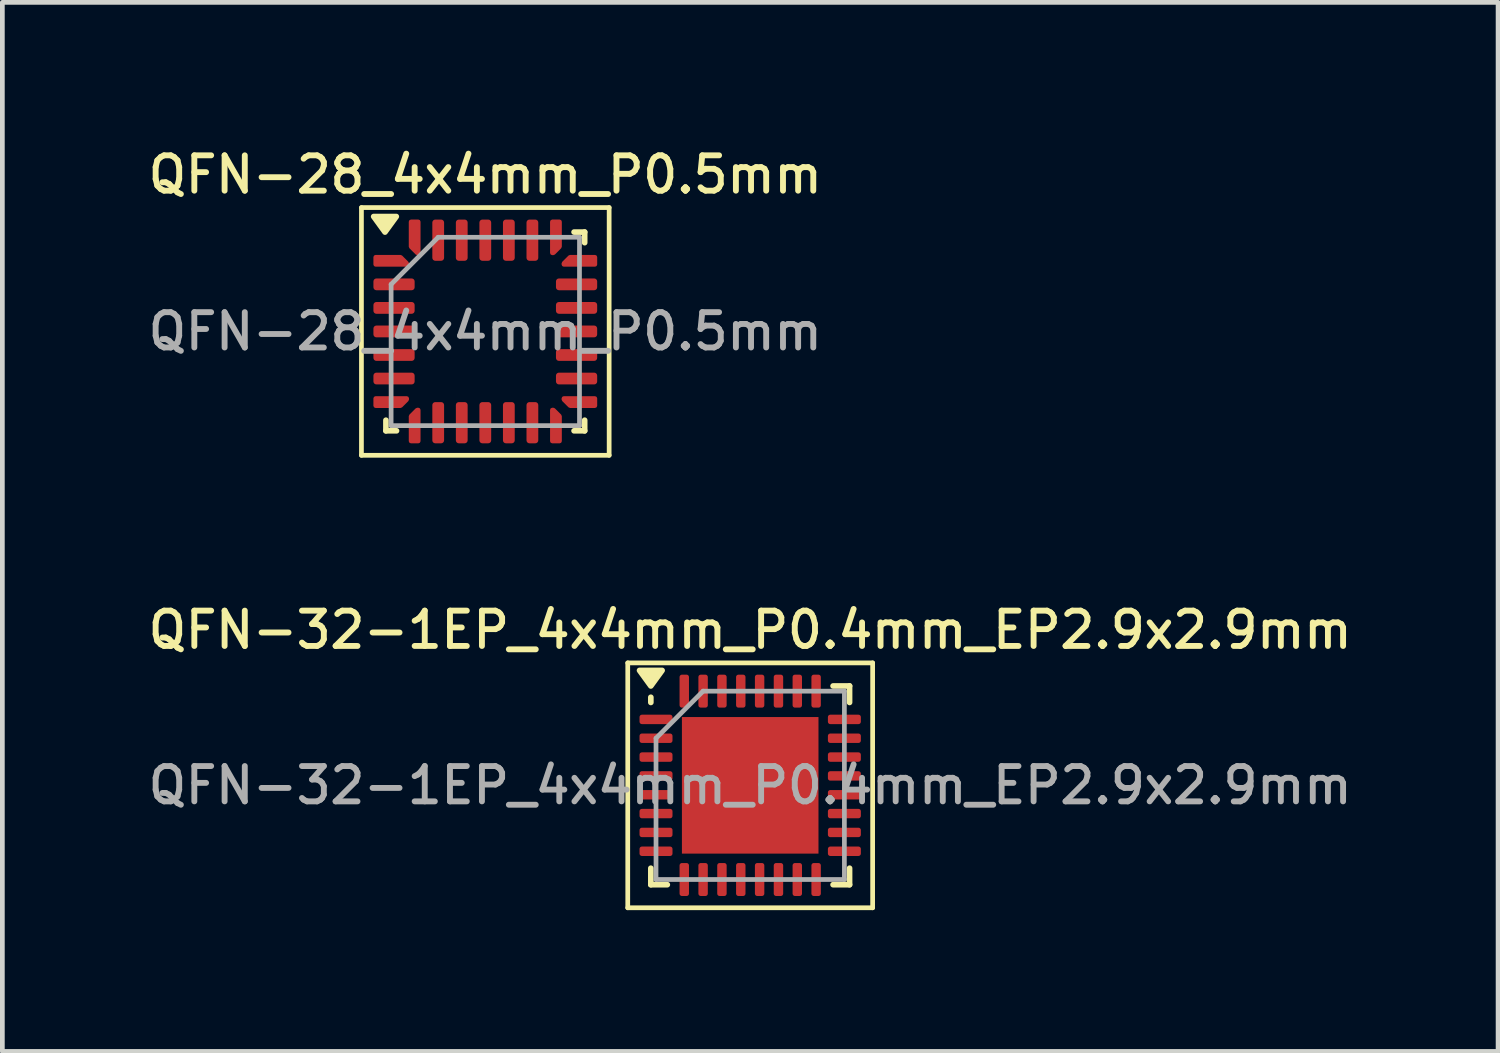
<source format=kicad_pcb>
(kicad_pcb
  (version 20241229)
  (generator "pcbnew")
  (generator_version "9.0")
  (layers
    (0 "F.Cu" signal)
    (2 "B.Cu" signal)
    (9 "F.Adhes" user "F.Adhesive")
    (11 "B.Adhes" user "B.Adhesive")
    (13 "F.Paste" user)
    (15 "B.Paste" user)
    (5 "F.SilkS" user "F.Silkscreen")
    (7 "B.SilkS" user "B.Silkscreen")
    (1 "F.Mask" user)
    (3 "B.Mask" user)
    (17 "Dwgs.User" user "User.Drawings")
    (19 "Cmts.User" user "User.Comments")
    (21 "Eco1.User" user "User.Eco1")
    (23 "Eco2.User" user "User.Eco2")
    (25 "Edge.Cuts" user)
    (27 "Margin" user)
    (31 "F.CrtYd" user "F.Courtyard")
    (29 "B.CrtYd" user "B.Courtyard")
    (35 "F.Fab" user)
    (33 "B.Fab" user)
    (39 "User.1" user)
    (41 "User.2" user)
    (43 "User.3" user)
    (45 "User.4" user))
  (footprint "QFN-32-1EP_4x4mm_P0.4mm_EP2.9x2.9mm"
    (layer "F.Cu")
    (at 12.88 13.626)
    (property "Reference" "QFN-32-1EP_4x4mm_P0.4mm_EP2.9x2.9mm" (at 0 -3.3 0) (layer "F.SilkS") (effects (font (size 0.75 0.75) (thickness 0.125))))
    (attr smd)
    (fp_line (start -2.6 -2.6) (end -2.6 2.6) (stroke (width 0.1) (type solid)) (layer "F.SilkS"))
    (fp_line (start -2.6 2.6) (end 2.6 2.6) (stroke (width 0.1) (type solid)) (layer "F.SilkS"))
    (fp_line (start -2.11 -1.76) (end -2.11 -1.87) (stroke (width 0.12) (type solid)) (layer "F.SilkS"))
    (fp_line (start -2.11 2.11) (end -2.11 1.76) (stroke (width 0.12) (type solid)) (layer "F.SilkS"))
    (fp_line (start -1.76 2.11) (end -2.11 2.11) (stroke (width 0.12) (type solid)) (layer "F.SilkS"))
    (fp_line (start 1.76 -2.11) (end 2.11 -2.11) (stroke (width 0.12) (type solid)) (layer "F.SilkS"))
    (fp_line (start 1.76 2.11) (end 2.11 2.11) (stroke (width 0.12) (type solid)) (layer "F.SilkS"))
    (fp_line (start 2.11 -2.11) (end 2.11 -1.76) (stroke (width 0.12) (type solid)) (layer "F.SilkS"))
    (fp_line (start 2.11 2.11) (end 2.11 1.76) (stroke (width 0.12) (type solid)) (layer "F.SilkS"))
    (fp_line (start 2.6 -2.6) (end -2.6 -2.6) (stroke (width 0.1) (type solid)) (layer "F.SilkS"))
    (fp_line (start 2.6 2.6) (end 2.6 -2.6) (stroke (width 0.1) (type solid)) (layer "F.SilkS"))
    (fp_poly (pts (xy -2.11 -2.11) (xy -2.35 -2.44) (xy -1.87 -2.44) (xy -2.11 -2.11)) (stroke (width 0.12) (type solid)) (fill yes) (layer "F.SilkS"))
    (fp_line (start -2 -1) (end -1 -2) (stroke (width 0.1) (type solid)) (layer "F.Fab"))
    (fp_line (start -2 2) (end -2 -1) (stroke (width 0.1) (type solid)) (layer "F.Fab"))
    (fp_line (start -1 -2) (end 2 -2) (stroke (width 0.1) (type solid)) (layer "F.Fab"))
    (fp_line (start 2 -2) (end 2 2) (stroke (width 0.1) (type solid)) (layer "F.Fab"))
    (fp_line (start 2 2) (end -2 2) (stroke (width 0.1) (type solid)) (layer "F.Fab"))
    (fp_text user "${REFERENCE}" (at 0 0 0) (layer "F.Fab") (effects (font (size 0.75 0.75) (thickness 0.125))))
    (pad "" smd roundrect (at -0.725 -0.725) (size 1.17 1.17) (layers "F.Paste") (roundrect_rratio 0.214))
    (pad "" smd roundrect (at -0.725 0.725) (size 1.17 1.17) (layers "F.Paste") (roundrect_rratio 0.214))
    (pad "" smd roundrect (at 0.725 -0.725) (size 1.17 1.17) (layers "F.Paste") (roundrect_rratio 0.214))
    (pad "" smd roundrect (at 0.725 0.725) (size 1.17 1.17) (layers "F.Paste") (roundrect_rratio 0.214))
    (pad "1" smd roundrect (at -2 -1.4) (size 0.7 0.2) (layers "F.Cu" "F.Mask" "F.Paste") (roundrect_rratio 0.25))
    (pad "2" smd roundrect (at -2 -1) (size 0.7 0.2) (layers "F.Cu" "F.Mask" "F.Paste") (roundrect_rratio 0.25))
    (pad "3" smd roundrect (at -2 -0.6) (size 0.7 0.2) (layers "F.Cu" "F.Mask" "F.Paste") (roundrect_rratio 0.25))
    (pad "4" smd roundrect (at -2 -0.2) (size 0.7 0.2) (layers "F.Cu" "F.Mask" "F.Paste") (roundrect_rratio 0.25))
    (pad "5" smd roundrect (at -2 0.2) (size 0.7 0.2) (layers "F.Cu" "F.Mask" "F.Paste") (roundrect_rratio 0.25))
    (pad "6" smd roundrect (at -2 0.6) (size 0.7 0.2) (layers "F.Cu" "F.Mask" "F.Paste") (roundrect_rratio 0.25))
    (pad "7" smd roundrect (at -2 1) (size 0.7 0.2) (layers "F.Cu" "F.Mask" "F.Paste") (roundrect_rratio 0.25))
    (pad "8" smd roundrect (at -2 1.4) (size 0.7 0.2) (layers "F.Cu" "F.Mask" "F.Paste") (roundrect_rratio 0.25))
    (pad "9" smd roundrect (at -1.4 2) (size 0.2 0.7) (layers "F.Cu" "F.Mask" "F.Paste") (roundrect_rratio 0.25))
    (pad "10" smd roundrect (at -1 2) (size 0.2 0.7) (layers "F.Cu" "F.Mask" "F.Paste") (roundrect_rratio 0.25))
    (pad "11" smd roundrect (at -0.6 2) (size 0.2 0.7) (layers "F.Cu" "F.Mask" "F.Paste") (roundrect_rratio 0.25))
    (pad "12" smd roundrect (at -0.2 2) (size 0.2 0.7) (layers "F.Cu" "F.Mask" "F.Paste") (roundrect_rratio 0.25))
    (pad "13" smd roundrect (at 0.2 2) (size 0.2 0.7) (layers "F.Cu" "F.Mask" "F.Paste") (roundrect_rratio 0.25))
    (pad "14" smd roundrect (at 0.6 2) (size 0.2 0.7) (layers "F.Cu" "F.Mask" "F.Paste") (roundrect_rratio 0.25))
    (pad "15" smd roundrect (at 1 2) (size 0.2 0.7) (layers "F.Cu" "F.Mask" "F.Paste") (roundrect_rratio 0.25))
    (pad "16" smd roundrect (at 1.4 2) (size 0.2 0.7) (layers "F.Cu" "F.Mask" "F.Paste") (roundrect_rratio 0.25))
    (pad "17" smd roundrect (at 2 1.4) (size 0.7 0.2) (layers "F.Cu" "F.Mask" "F.Paste") (roundrect_rratio 0.25))
    (pad "18" smd roundrect (at 2 1) (size 0.7 0.2) (layers "F.Cu" "F.Mask" "F.Paste") (roundrect_rratio 0.25))
    (pad "19" smd roundrect (at 2 0.6) (size 0.7 0.2) (layers "F.Cu" "F.Mask" "F.Paste") (roundrect_rratio 0.25))
    (pad "20" smd roundrect (at 2 0.2) (size 0.7 0.2) (layers "F.Cu" "F.Mask" "F.Paste") (roundrect_rratio 0.25))
    (pad "21" smd roundrect (at 2 -0.2) (size 0.7 0.2) (layers "F.Cu" "F.Mask" "F.Paste") (roundrect_rratio 0.25))
    (pad "22" smd roundrect (at 2 -0.6) (size 0.7 0.2) (layers "F.Cu" "F.Mask" "F.Paste") (roundrect_rratio 0.25))
    (pad "23" smd roundrect (at 2 -1) (size 0.7 0.2) (layers "F.Cu" "F.Mask" "F.Paste") (roundrect_rratio 0.25))
    (pad "24" smd roundrect (at 2 -1.4) (size 0.7 0.2) (layers "F.Cu" "F.Mask" "F.Paste") (roundrect_rratio 0.25))
    (pad "25" smd roundrect (at 1.4 -2) (size 0.2 0.7) (layers "F.Cu" "F.Mask" "F.Paste") (roundrect_rratio 0.25))
    (pad "26" smd roundrect (at 1 -2) (size 0.2 0.7) (layers "F.Cu" "F.Mask" "F.Paste") (roundrect_rratio 0.25))
    (pad "27" smd roundrect (at 0.6 -2) (size 0.2 0.7) (layers "F.Cu" "F.Mask" "F.Paste") (roundrect_rratio 0.25))
    (pad "28" smd roundrect (at 0.2 -2) (size 0.2 0.7) (layers "F.Cu" "F.Mask" "F.Paste") (roundrect_rratio 0.25))
    (pad "29" smd roundrect (at -0.2 -2) (size 0.2 0.7) (layers "F.Cu" "F.Mask" "F.Paste") (roundrect_rratio 0.25))
    (pad "30" smd roundrect (at -0.6 -2) (size 0.2 0.7) (layers "F.Cu" "F.Mask" "F.Paste") (roundrect_rratio 0.25))
    (pad "31" smd roundrect (at -1 -2) (size 0.2 0.7) (layers "F.Cu" "F.Mask" "F.Paste") (roundrect_rratio 0.25))
    (pad "32" smd roundrect (at -1.4 -2) (size 0.2 0.7) (layers "F.Cu" "F.Mask" "F.Paste") (roundrect_rratio 0.25))
    (pad "33" smd rect (at 0 0) (size 2.9 2.9) (property pad_prop_heatsink) (layers "F.Cu" "F.Mask")))
  (footprint "QFN-28_4x4mm_P0.5mm"
    (layer "F.Cu")
    (at 7.255 3.988)
    (property "Reference" "QFN-28_4x4mm_P0.5mm" (at 0 -3.33 0) (layer "F.SilkS") (effects (font (size 0.75 0.75) (thickness 0.125))))
    (attr smd)
    (fp_line (start -2.63 -2.63) (end -2.63 2.63) (stroke (width 0.1) (type solid)) (layer "F.SilkS"))
    (fp_line (start -2.63 2.63) (end 2.63 2.63) (stroke (width 0.1) (type solid)) (layer "F.SilkS"))
    (fp_line (start -2.11 2.11) (end -2.11 1.885) (stroke (width 0.12) (type solid)) (layer "F.SilkS"))
    (fp_line (start -1.885 2.11) (end -2.11 2.11) (stroke (width 0.12) (type solid)) (layer "F.SilkS"))
    (fp_line (start 1.885 -2.11) (end 2.11 -2.11) (stroke (width 0.12) (type solid)) (layer "F.SilkS"))
    (fp_line (start 1.885 2.11) (end 2.11 2.11) (stroke (width 0.12) (type solid)) (layer "F.SilkS"))
    (fp_line (start 2.11 -2.11) (end 2.11 -1.885) (stroke (width 0.12) (type solid)) (layer "F.SilkS"))
    (fp_line (start 2.11 2.11) (end 2.11 1.885) (stroke (width 0.12) (type solid)) (layer "F.SilkS"))
    (fp_line (start 2.63 -2.63) (end -2.63 -2.63) (stroke (width 0.1) (type solid)) (layer "F.SilkS"))
    (fp_line (start 2.63 2.63) (end 2.63 -2.63) (stroke (width 0.1) (type solid)) (layer "F.SilkS"))
    (fp_poly (pts (xy -2.13 -2.11) (xy -2.37 -2.44) (xy -1.89 -2.44) (xy -2.13 -2.11)) (stroke (width 0.12) (type solid)) (fill yes) (layer "F.SilkS"))
    (fp_line (start -2 -1) (end -1 -2) (stroke (width 0.1) (type solid)) (layer "F.Fab"))
    (fp_line (start -2 2) (end -2 -1) (stroke (width 0.1) (type solid)) (layer "F.Fab"))
    (fp_line (start -1 -2) (end 2 -2) (stroke (width 0.1) (type solid)) (layer "F.Fab"))
    (fp_line (start 2 -2) (end 2 2) (stroke (width 0.1) (type solid)) (layer "F.Fab"))
    (fp_line (start 2 2) (end -2 2) (stroke (width 0.1) (type solid)) (layer "F.Fab"))
    (fp_text user "${REFERENCE}" (at 0 0 0) (layer "F.Fab") (effects (font (size 0.75 0.75) (thickness 0.125))))
    (pad "1" smd custom (at -1.998 -1.5) (size 0.137 0.137) (layers "F.Cu" "F.Mask" "F.Paste") (options (anchor circle)) (primitives (gr_poly (pts (xy -0.333 -0.08) (xy 0.199 -0.08) (xy 0.333 0.054) (xy 0.333 0.08) (xy -0.333 0.08)) (width 0.09) (fill yes))))
    (pad "2" smd roundrect (at -1.938 -1) (size 0.875 0.25) (layers "F.Cu" "F.Mask" "F.Paste") (roundrect_rratio 0.25))
    (pad "3" smd roundrect (at -1.938 -0.5) (size 0.875 0.25) (layers "F.Cu" "F.Mask" "F.Paste") (roundrect_rratio 0.25))
    (pad "4" smd roundrect (at -1.938 0) (size 0.875 0.25) (layers "F.Cu" "F.Mask" "F.Paste") (roundrect_rratio 0.25))
    (pad "5" smd roundrect (at -1.938 0.5) (size 0.875 0.25) (layers "F.Cu" "F.Mask" "F.Paste") (roundrect_rratio 0.25))
    (pad "6" smd roundrect (at -1.938 1) (size 0.875 0.25) (layers "F.Cu" "F.Mask" "F.Paste") (roundrect_rratio 0.25))
    (pad "7" smd custom (at -1.998 1.5) (size 0.137 0.137) (layers "F.Cu" "F.Mask" "F.Paste") (options (anchor circle)) (primitives (gr_poly (pts (xy -0.333 -0.08) (xy 0.333 -0.08) (xy 0.333 -0.054) (xy 0.199 0.08) (xy -0.333 0.08)) (width 0.09) (fill yes))))
    (pad "8" smd custom (at -1.5 1.998) (size 0.137 0.137) (layers "F.Cu" "F.Mask" "F.Paste") (options (anchor circle)) (primitives (gr_poly (pts (xy -0.08 -0.199) (xy 0.054 -0.333) (xy 0.08 -0.333) (xy 0.08 0.333) (xy -0.08 0.333)) (width 0.09) (fill yes))))
    (pad "9" smd roundrect (at -1 1.938) (size 0.25 0.875) (layers "F.Cu" "F.Mask" "F.Paste") (roundrect_rratio 0.25))
    (pad "10" smd roundrect (at -0.5 1.938) (size 0.25 0.875) (layers "F.Cu" "F.Mask" "F.Paste") (roundrect_rratio 0.25))
    (pad "11" smd roundrect (at 0 1.938) (size 0.25 0.875) (layers "F.Cu" "F.Mask" "F.Paste") (roundrect_rratio 0.25))
    (pad "12" smd roundrect (at 0.5 1.938) (size 0.25 0.875) (layers "F.Cu" "F.Mask" "F.Paste") (roundrect_rratio 0.25))
    (pad "13" smd roundrect (at 1 1.938) (size 0.25 0.875) (layers "F.Cu" "F.Mask" "F.Paste") (roundrect_rratio 0.25))
    (pad "14" smd custom (at 1.5 1.998) (size 0.137 0.137) (layers "F.Cu" "F.Mask" "F.Paste") (options (anchor circle)) (primitives (gr_poly (pts (xy -0.08 -0.333) (xy -0.054 -0.333) (xy 0.08 -0.199) (xy 0.08 0.333) (xy -0.08 0.333)) (width 0.09) (fill yes))))
    (pad "15" smd custom (at 1.998 1.5) (size 0.137 0.137) (layers "F.Cu" "F.Mask" "F.Paste") (options (anchor circle)) (primitives (gr_poly (pts (xy -0.333 -0.08) (xy 0.333 -0.08) (xy 0.333 0.08) (xy -0.199 0.08) (xy -0.333 -0.054)) (width 0.09) (fill yes))))
    (pad "16" smd roundrect (at 1.938 1) (size 0.875 0.25) (layers "F.Cu" "F.Mask" "F.Paste") (roundrect_rratio 0.25))
    (pad "17" smd roundrect (at 1.938 0.5) (size 0.875 0.25) (layers "F.Cu" "F.Mask" "F.Paste") (roundrect_rratio 0.25))
    (pad "18" smd roundrect (at 1.938 0) (size 0.875 0.25) (layers "F.Cu" "F.Mask" "F.Paste") (roundrect_rratio 0.25))
    (pad "19" smd roundrect (at 1.938 -0.5) (size 0.875 0.25) (layers "F.Cu" "F.Mask" "F.Paste") (roundrect_rratio 0.25))
    (pad "20" smd roundrect (at 1.938 -1) (size 0.875 0.25) (layers "F.Cu" "F.Mask" "F.Paste") (roundrect_rratio 0.25))
    (pad "21" smd custom (at 1.998 -1.5) (size 0.137 0.137) (layers "F.Cu" "F.Mask" "F.Paste") (options (anchor circle)) (primitives (gr_poly (pts (xy -0.333 0.054) (xy -0.199 -0.08) (xy 0.333 -0.08) (xy 0.333 0.08) (xy -0.333 0.08)) (width 0.09) (fill yes))))
    (pad "22" smd custom (at 1.5 -1.998) (size 0.137 0.137) (layers "F.Cu" "F.Mask" "F.Paste") (options (anchor circle)) (primitives (gr_poly (pts (xy -0.08 -0.333) (xy 0.08 -0.333) (xy 0.08 0.199) (xy -0.054 0.333) (xy -0.08 0.333)) (width 0.09) (fill yes))))
    (pad "23" smd roundrect (at 1 -1.938) (size 0.25 0.875) (layers "F.Cu" "F.Mask" "F.Paste") (roundrect_rratio 0.25))
    (pad "24" smd roundrect (at 0.5 -1.938) (size 0.25 0.875) (layers "F.Cu" "F.Mask" "F.Paste") (roundrect_rratio 0.25))
    (pad "25" smd roundrect (at 0 -1.938) (size 0.25 0.875) (layers "F.Cu" "F.Mask" "F.Paste") (roundrect_rratio 0.25))
    (pad "26" smd roundrect (at -0.5 -1.938) (size 0.25 0.875) (layers "F.Cu" "F.Mask" "F.Paste") (roundrect_rratio 0.25))
    (pad "27" smd roundrect (at -1 -1.938) (size 0.25 0.875) (layers "F.Cu" "F.Mask" "F.Paste") (roundrect_rratio 0.25))
    (pad "28" smd custom (at -1.5 -1.998) (size 0.137 0.137) (layers "F.Cu" "F.Mask" "F.Paste") (options (anchor circle)) (primitives (gr_poly (pts (xy -0.08 -0.333) (xy 0.08 -0.333) (xy 0.08 0.333) (xy 0.054 0.333) (xy -0.08 0.199)) (width 0.09) (fill yes)))))
  (gr_rect
    (start -3 -3)
    (end 28.761 19.276)
    (stroke (width 0.1) (type default))
    (fill no)
    (layer "Edge.Cuts")))
</source>
